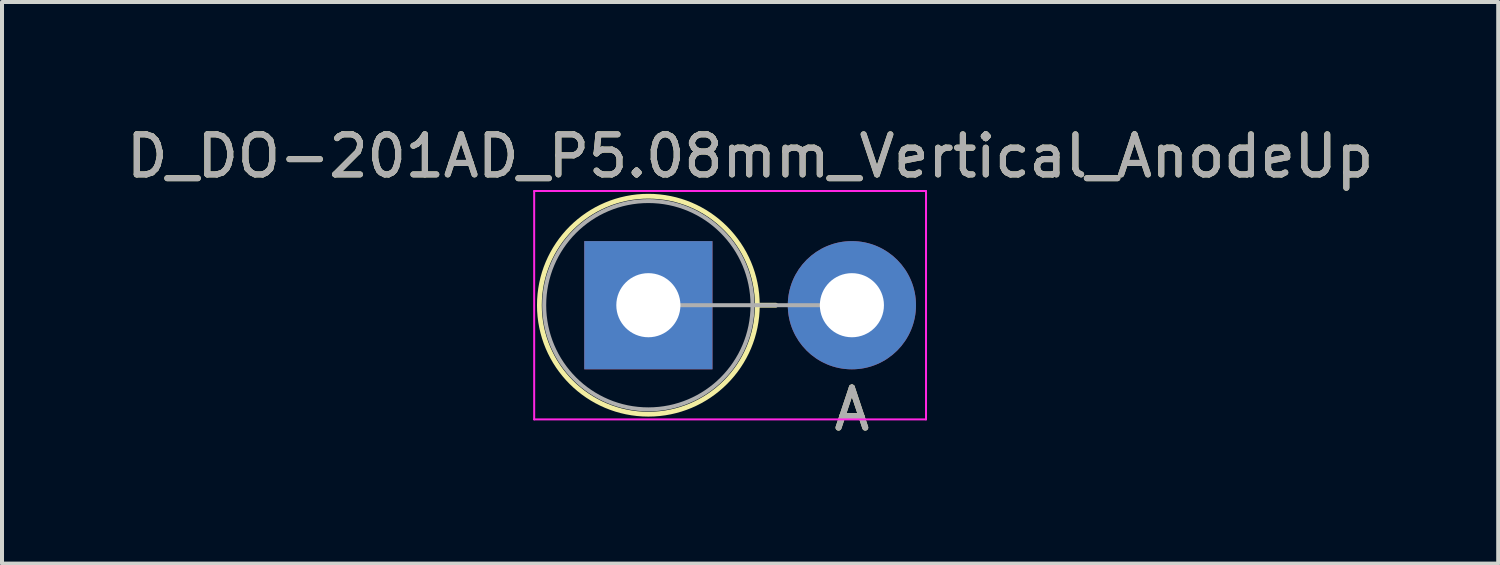
<source format=kicad_pcb>
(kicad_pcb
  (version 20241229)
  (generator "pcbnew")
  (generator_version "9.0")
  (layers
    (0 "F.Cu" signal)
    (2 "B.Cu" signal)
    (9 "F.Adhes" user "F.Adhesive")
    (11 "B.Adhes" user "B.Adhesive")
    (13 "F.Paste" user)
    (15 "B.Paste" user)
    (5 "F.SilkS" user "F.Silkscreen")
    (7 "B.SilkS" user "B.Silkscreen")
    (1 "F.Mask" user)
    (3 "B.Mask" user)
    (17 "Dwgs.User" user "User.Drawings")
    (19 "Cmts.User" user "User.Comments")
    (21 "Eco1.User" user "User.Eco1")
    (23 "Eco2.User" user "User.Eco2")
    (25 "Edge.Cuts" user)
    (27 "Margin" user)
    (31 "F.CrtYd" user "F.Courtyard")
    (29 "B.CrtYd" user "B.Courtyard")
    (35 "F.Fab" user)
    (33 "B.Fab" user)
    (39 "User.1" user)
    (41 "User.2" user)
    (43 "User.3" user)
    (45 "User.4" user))
  (footprint "D_DO-201AD_P5.08mm_Vertical_AnodeUp"
    (layer "F.Cu")
    (at 13.133 4.568)
    (property "Reference" "D_DO-201AD_P5.08mm_Vertical_AnodeUp" (at 2.54 -3.72 0) (layer "F.SilkS") (effects (font (size 1 1) (thickness 0.15))))
    (attr through_hole)
    (fp_line (start 2.72 0) (end 3.18 0) (stroke (width 0.12) (type solid)) (layer "F.SilkS"))
    (fp_circle (center 0 0) (end 2.72 0) (stroke (width 0.12) (type solid)) (fill no) (layer "F.SilkS"))
    (fp_line (start -2.85 -2.85) (end -2.85 2.85) (stroke (width 0.05) (type solid)) (layer "F.CrtYd"))
    (fp_line (start -2.85 2.85) (end 6.93 2.85) (stroke (width 0.05) (type solid)) (layer "F.CrtYd"))
    (fp_line (start 6.93 -2.85) (end -2.85 -2.85) (stroke (width 0.05) (type solid)) (layer "F.CrtYd"))
    (fp_line (start 6.93 2.85) (end 6.93 -2.85) (stroke (width 0.05) (type solid)) (layer "F.CrtYd"))
    (fp_line (start 0 0) (end 5.08 0) (stroke (width 0.1) (type solid)) (layer "F.Fab"))
    (fp_circle (center 0 0) (end 2.6 0) (stroke (width 0.1) (type solid)) (fill no) (layer "F.Fab"))
    (fp_text user "A" (at 5.08 2.6 0) (layer "F.SilkS") (effects (font (size 1 1) (thickness 0.15))))
    (fp_text user "${REFERENCE}" (at 2.54 -3.72 0) (layer "F.Fab") (effects (font (size 1 1) (thickness 0.15))))
    (fp_text user "A" (at 5.08 2.6 0) (layer "F.Fab") (effects (font (size 1 1) (thickness 0.15))))
    (pad "A" thru_hole oval (at 5.08 0) (size 3.2 3.2) (drill 1.6) (layers "*.Cu" "*.Mask"))
    (pad "K" thru_hole rect (at 0 0) (size 3.2 3.2) (drill 1.6) (layers "*.Cu" "*.Mask")))
  (gr_rect
    (start -3 -3)
    (end 34.345 11.017)
    (stroke (width 0.1) (type default))
    (fill no)
    (layer "Edge.Cuts")))
</source>
